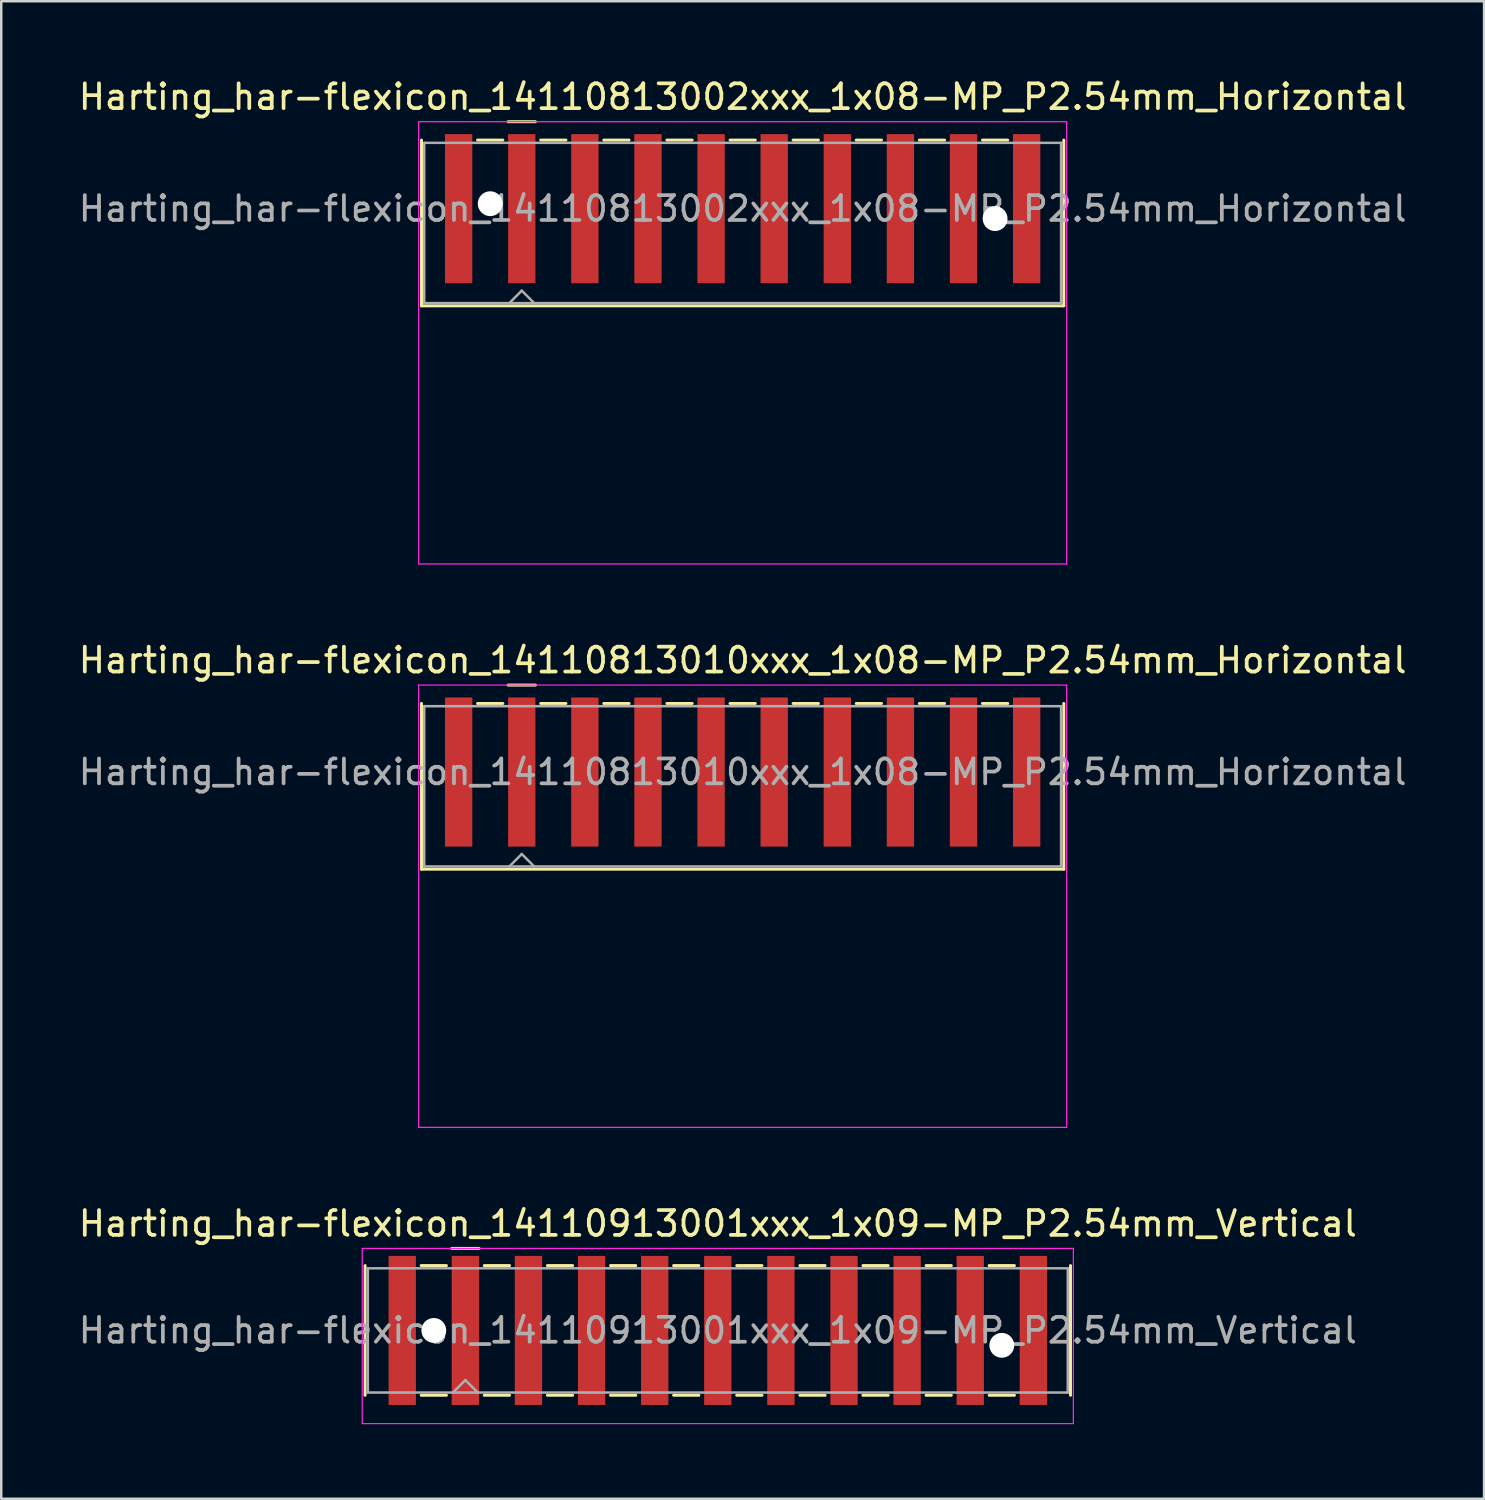
<source format=kicad_pcb>
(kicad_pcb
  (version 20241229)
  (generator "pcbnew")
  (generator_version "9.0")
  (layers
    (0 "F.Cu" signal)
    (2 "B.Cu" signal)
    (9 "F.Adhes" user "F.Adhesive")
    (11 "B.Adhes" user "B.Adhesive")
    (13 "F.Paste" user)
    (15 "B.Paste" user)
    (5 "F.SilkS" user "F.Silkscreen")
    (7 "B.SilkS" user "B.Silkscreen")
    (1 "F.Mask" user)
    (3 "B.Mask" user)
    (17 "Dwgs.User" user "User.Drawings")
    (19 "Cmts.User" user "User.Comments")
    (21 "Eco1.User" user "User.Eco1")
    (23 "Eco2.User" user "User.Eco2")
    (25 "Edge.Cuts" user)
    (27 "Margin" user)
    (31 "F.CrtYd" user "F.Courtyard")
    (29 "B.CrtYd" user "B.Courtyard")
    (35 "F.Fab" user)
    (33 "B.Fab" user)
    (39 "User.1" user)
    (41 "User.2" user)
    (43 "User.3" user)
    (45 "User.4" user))
  (footprint "Harting_har-flexicon_14110813010xxx_1x08-MP_P2.54mm_Horizontal"
    (layer "F.Cu")
    (at 26.839 29.322)
    (property "Reference" "Harting_har-flexicon_14110813010xxx_1x08-MP_P2.54mm_Horizontal" (at 0 -5.8 0) (layer "F.SilkS") (effects (font (size 1 1) (thickness 0.15))))
    (attr smd)
    (fp_line (start -12.925 -4.06) (end -12.925 2.61) (stroke (width 0.12) (type solid)) (layer "F.SilkS"))
    (fp_line (start -10.668 -4.06) (end -9.652 -4.06) (stroke (width 0.12) (type solid)) (layer "F.SilkS"))
    (fp_line (start -9.44 -4.8) (end -8.34 -4.8) (stroke (width 0.12) (type solid)) (layer "F.SilkS"))
    (fp_line (start -8.128 -4.06) (end -7.112 -4.06) (stroke (width 0.12) (type solid)) (layer "F.SilkS"))
    (fp_line (start -5.588 -4.06) (end -4.572 -4.06) (stroke (width 0.12) (type solid)) (layer "F.SilkS"))
    (fp_line (start -3.048 -4.06) (end -2.032 -4.06) (stroke (width 0.12) (type solid)) (layer "F.SilkS"))
    (fp_line (start -0.508 -4.06) (end 0.508 -4.06) (stroke (width 0.12) (type solid)) (layer "F.SilkS"))
    (fp_line (start 2.032 -4.06) (end 3.048 -4.06) (stroke (width 0.12) (type solid)) (layer "F.SilkS"))
    (fp_line (start 4.572 -4.06) (end 5.588 -4.06) (stroke (width 0.12) (type solid)) (layer "F.SilkS"))
    (fp_line (start 7.112 -4.06) (end 8.128 -4.06) (stroke (width 0.12) (type solid)) (layer "F.SilkS"))
    (fp_line (start 9.652 -4.06) (end 10.668 -4.06) (stroke (width 0.12) (type solid)) (layer "F.SilkS"))
    (fp_line (start 12.925 -4.06) (end 12.925 2.61) (stroke (width 0.12) (type solid)) (layer "F.SilkS"))
    (fp_line (start 12.925 2.61) (end -12.925 2.61) (stroke (width 0.12) (type solid)) (layer "F.SilkS"))
    (fp_line (start -13.04 -4.8) (end -13.04 13) (stroke (width 0.05) (type solid)) (layer "F.CrtYd"))
    (fp_line (start -13.04 13) (end 13.04 13) (stroke (width 0.05) (type solid)) (layer "F.CrtYd"))
    (fp_line (start 13.04 -4.8) (end -13.04 -4.8) (stroke (width 0.05) (type solid)) (layer "F.CrtYd"))
    (fp_line (start 13.04 13) (end 13.04 -4.8) (stroke (width 0.05) (type solid)) (layer "F.CrtYd"))
    (fp_line (start -12.815 -3.95) (end -12.815 2.5) (stroke (width 0.1) (type solid)) (layer "F.Fab"))
    (fp_line (start -12.815 2.5) (end 12.815 2.5) (stroke (width 0.1) (type solid)) (layer "F.Fab"))
    (fp_line (start -9.39 2.5) (end -8.89 2) (stroke (width 0.1) (type solid)) (layer "F.Fab"))
    (fp_line (start -8.89 2) (end -8.39 2.5) (stroke (width 0.1) (type solid)) (layer "F.Fab"))
    (fp_line (start 12.815 -3.95) (end -12.815 -3.95) (stroke (width 0.1) (type solid)) (layer "F.Fab"))
    (fp_line (start 12.815 2.5) (end 12.815 -3.95) (stroke (width 0.1) (type solid)) (layer "F.Fab"))
    (fp_text user "${REFERENCE}" (at 0 -1.3 0) (layer "F.Fab") (effects (font (size 1 1) (thickness 0.15))))
    (pad "1" smd rect (at -8.89 -1.3) (size 1.1 6) (layers "F.Cu" "F.Mask" "F.Paste"))
    (pad "2" smd rect (at -6.35 -1.3) (size 1.1 6) (layers "F.Cu" "F.Mask" "F.Paste"))
    (pad "3" smd rect (at -3.81 -1.3) (size 1.1 6) (layers "F.Cu" "F.Mask" "F.Paste"))
    (pad "4" smd rect (at -1.27 -1.3) (size 1.1 6) (layers "F.Cu" "F.Mask" "F.Paste"))
    (pad "5" smd rect (at 1.27 -1.3) (size 1.1 6) (layers "F.Cu" "F.Mask" "F.Paste"))
    (pad "6" smd rect (at 3.81 -1.3) (size 1.1 6) (layers "F.Cu" "F.Mask" "F.Paste"))
    (pad "7" smd rect (at 6.35 -1.3) (size 1.1 6) (layers "F.Cu" "F.Mask" "F.Paste"))
    (pad "8" smd rect (at 8.89 -1.3) (size 1.1 6) (layers "F.Cu" "F.Mask" "F.Paste"))
    (pad "MP" smd rect (at -11.43 -1.3) (size 1.1 6) (layers "F.Cu" "F.Mask" "F.Paste"))
    (pad "MP" smd rect (at 11.43 -1.3) (size 1.1 6) (layers "F.Cu" "F.Mask" "F.Paste")))
  (footprint "Harting_har-flexicon_14110813002xxx_1x08-MP_P2.54mm_Horizontal"
    (layer "F.Cu")
    (at 26.839 6.648)
    (property "Reference" "Harting_har-flexicon_14110813002xxx_1x08-MP_P2.54mm_Horizontal" (at 0 -5.8 0) (layer "F.SilkS") (effects (font (size 1 1) (thickness 0.15))))
    (attr smd)
    (fp_line (start -12.925 -4.06) (end -12.925 2.61) (stroke (width 0.12) (type solid)) (layer "F.SilkS"))
    (fp_line (start -10.668 -4.06) (end -9.652 -4.06) (stroke (width 0.12) (type solid)) (layer "F.SilkS"))
    (fp_line (start -9.44 -4.8) (end -8.34 -4.8) (stroke (width 0.12) (type solid)) (layer "F.SilkS"))
    (fp_line (start -8.128 -4.06) (end -7.112 -4.06) (stroke (width 0.12) (type solid)) (layer "F.SilkS"))
    (fp_line (start -5.588 -4.06) (end -4.572 -4.06) (stroke (width 0.12) (type solid)) (layer "F.SilkS"))
    (fp_line (start -3.048 -4.06) (end -2.032 -4.06) (stroke (width 0.12) (type solid)) (layer "F.SilkS"))
    (fp_line (start -0.508 -4.06) (end 0.508 -4.06) (stroke (width 0.12) (type solid)) (layer "F.SilkS"))
    (fp_line (start 2.032 -4.06) (end 3.048 -4.06) (stroke (width 0.12) (type solid)) (layer "F.SilkS"))
    (fp_line (start 4.572 -4.06) (end 5.588 -4.06) (stroke (width 0.12) (type solid)) (layer "F.SilkS"))
    (fp_line (start 7.112 -4.06) (end 8.128 -4.06) (stroke (width 0.12) (type solid)) (layer "F.SilkS"))
    (fp_line (start 9.652 -4.06) (end 10.668 -4.06) (stroke (width 0.12) (type solid)) (layer "F.SilkS"))
    (fp_line (start 12.925 -4.06) (end 12.925 2.61) (stroke (width 0.12) (type solid)) (layer "F.SilkS"))
    (fp_line (start 12.925 2.61) (end -12.925 2.61) (stroke (width 0.12) (type solid)) (layer "F.SilkS"))
    (fp_line (start -13.04 -4.8) (end -13.04 13) (stroke (width 0.05) (type solid)) (layer "F.CrtYd"))
    (fp_line (start -13.04 13) (end 13.04 13) (stroke (width 0.05) (type solid)) (layer "F.CrtYd"))
    (fp_line (start 13.04 -4.8) (end -13.04 -4.8) (stroke (width 0.05) (type solid)) (layer "F.CrtYd"))
    (fp_line (start 13.04 13) (end 13.04 -4.8) (stroke (width 0.05) (type solid)) (layer "F.CrtYd"))
    (fp_line (start -12.815 -3.95) (end -12.815 2.5) (stroke (width 0.1) (type solid)) (layer "F.Fab"))
    (fp_line (start -12.815 2.5) (end 12.815 2.5) (stroke (width 0.1) (type solid)) (layer "F.Fab"))
    (fp_line (start -9.39 2.5) (end -8.89 2) (stroke (width 0.1) (type solid)) (layer "F.Fab"))
    (fp_line (start -8.89 2) (end -8.39 2.5) (stroke (width 0.1) (type solid)) (layer "F.Fab"))
    (fp_line (start 12.815 -3.95) (end -12.815 -3.95) (stroke (width 0.1) (type solid)) (layer "F.Fab"))
    (fp_line (start 12.815 2.5) (end 12.815 -3.95) (stroke (width 0.1) (type solid)) (layer "F.Fab"))
    (fp_text user "${REFERENCE}" (at 0 -1.3 0) (layer "F.Fab") (effects (font (size 1 1) (thickness 0.15))))
    (pad "" np_thru_hole circle (at -10.16 -1.5) (size 1 1) (drill 1) (layers "*.Cu" "*.Mask"))
    (pad "" np_thru_hole circle (at 10.16 -0.9) (size 1 1) (drill 1) (layers "*.Cu" "*.Mask"))
    (pad "1" smd rect (at -8.89 -1.3) (size 1.1 6) (layers "F.Cu" "F.Mask" "F.Paste"))
    (pad "2" smd rect (at -6.35 -1.3) (size 1.1 6) (layers "F.Cu" "F.Mask" "F.Paste"))
    (pad "3" smd rect (at -3.81 -1.3) (size 1.1 6) (layers "F.Cu" "F.Mask" "F.Paste"))
    (pad "4" smd rect (at -1.27 -1.3) (size 1.1 6) (layers "F.Cu" "F.Mask" "F.Paste"))
    (pad "5" smd rect (at 1.27 -1.3) (size 1.1 6) (layers "F.Cu" "F.Mask" "F.Paste"))
    (pad "6" smd rect (at 3.81 -1.3) (size 1.1 6) (layers "F.Cu" "F.Mask" "F.Paste"))
    (pad "7" smd rect (at 6.35 -1.3) (size 1.1 6) (layers "F.Cu" "F.Mask" "F.Paste"))
    (pad "8" smd rect (at 8.89 -1.3) (size 1.1 6) (layers "F.Cu" "F.Mask" "F.Paste"))
    (pad "MP" smd rect (at -11.43 -1.3) (size 1.1 6) (layers "F.Cu" "F.Mask" "F.Paste"))
    (pad "MP" smd rect (at 11.43 -1.3) (size 1.1 6) (layers "F.Cu" "F.Mask" "F.Paste")))
  (footprint "Harting_har-flexicon_14110913001xxx_1x09-MP_P2.54mm_Vertical"
    (layer "F.Cu")
    (at 25.839 50.495)
    (property "Reference" "Harting_har-flexicon_14110913001xxx_1x09-MP_P2.54mm_Vertical" (at 0 -4.3 0) (layer "F.SilkS") (effects (font (size 1 1) (thickness 0.15))))
    (attr smd)
    (fp_line (start -14.195 -2.61) (end -14.195 2.61) (stroke (width 0.12) (type solid)) (layer "F.SilkS"))
    (fp_line (start -11.938 -2.61) (end -10.922 -2.61) (stroke (width 0.12) (type solid)) (layer "F.SilkS"))
    (fp_line (start -11.938 2.61) (end -10.922 2.61) (stroke (width 0.12) (type solid)) (layer "F.SilkS"))
    (fp_line (start -10.71 -3.3) (end -9.61 -3.3) (stroke (width 0.12) (type solid)) (layer "F.SilkS"))
    (fp_line (start -9.398 -2.61) (end -8.382 -2.61) (stroke (width 0.12) (type solid)) (layer "F.SilkS"))
    (fp_line (start -9.398 2.61) (end -8.382 2.61) (stroke (width 0.12) (type solid)) (layer "F.SilkS"))
    (fp_line (start -6.858 -2.61) (end -5.842 -2.61) (stroke (width 0.12) (type solid)) (layer "F.SilkS"))
    (fp_line (start -6.858 2.61) (end -5.842 2.61) (stroke (width 0.12) (type solid)) (layer "F.SilkS"))
    (fp_line (start -4.318 -2.61) (end -3.302 -2.61) (stroke (width 0.12) (type solid)) (layer "F.SilkS"))
    (fp_line (start -4.318 2.61) (end -3.302 2.61) (stroke (width 0.12) (type solid)) (layer "F.SilkS"))
    (fp_line (start -1.778 -2.61) (end -0.762 -2.61) (stroke (width 0.12) (type solid)) (layer "F.SilkS"))
    (fp_line (start -1.778 2.61) (end -0.762 2.61) (stroke (width 0.12) (type solid)) (layer "F.SilkS"))
    (fp_line (start 0.762 -2.61) (end 1.778 -2.61) (stroke (width 0.12) (type solid)) (layer "F.SilkS"))
    (fp_line (start 0.762 2.61) (end 1.778 2.61) (stroke (width 0.12) (type solid)) (layer "F.SilkS"))
    (fp_line (start 3.302 -2.61) (end 4.318 -2.61) (stroke (width 0.12) (type solid)) (layer "F.SilkS"))
    (fp_line (start 3.302 2.61) (end 4.318 2.61) (stroke (width 0.12) (type solid)) (layer "F.SilkS"))
    (fp_line (start 5.842 -2.61) (end 6.858 -2.61) (stroke (width 0.12) (type solid)) (layer "F.SilkS"))
    (fp_line (start 5.842 2.61) (end 6.858 2.61) (stroke (width 0.12) (type solid)) (layer "F.SilkS"))
    (fp_line (start 8.382 -2.61) (end 9.398 -2.61) (stroke (width 0.12) (type solid)) (layer "F.SilkS"))
    (fp_line (start 8.382 2.61) (end 9.398 2.61) (stroke (width 0.12) (type solid)) (layer "F.SilkS"))
    (fp_line (start 10.922 -2.61) (end 11.938 -2.61) (stroke (width 0.12) (type solid)) (layer "F.SilkS"))
    (fp_line (start 10.922 2.61) (end 11.938 2.61) (stroke (width 0.12) (type solid)) (layer "F.SilkS"))
    (fp_line (start 14.195 -2.61) (end 14.195 2.61) (stroke (width 0.12) (type solid)) (layer "F.SilkS"))
    (fp_line (start -14.31 -3.3) (end -14.31 3.75) (stroke (width 0.05) (type solid)) (layer "F.CrtYd"))
    (fp_line (start -14.31 3.75) (end 14.31 3.75) (stroke (width 0.05) (type solid)) (layer "F.CrtYd"))
    (fp_line (start 14.31 -3.3) (end -14.31 -3.3) (stroke (width 0.05) (type solid)) (layer "F.CrtYd"))
    (fp_line (start 14.31 3.75) (end 14.31 -3.3) (stroke (width 0.05) (type solid)) (layer "F.CrtYd"))
    (fp_line (start -14.085 -2.5) (end -14.085 2.5) (stroke (width 0.1) (type solid)) (layer "F.Fab"))
    (fp_line (start -14.085 2.5) (end 14.085 2.5) (stroke (width 0.1) (type solid)) (layer "F.Fab"))
    (fp_line (start -10.66 2.5) (end -10.16 2) (stroke (width 0.1) (type solid)) (layer "F.Fab"))
    (fp_line (start -10.16 2) (end -9.66 2.5) (stroke (width 0.1) (type solid)) (layer "F.Fab"))
    (fp_line (start 14.085 -2.5) (end -14.085 -2.5) (stroke (width 0.1) (type solid)) (layer "F.Fab"))
    (fp_line (start 14.085 2.5) (end 14.085 -2.5) (stroke (width 0.1) (type solid)) (layer "F.Fab"))
    (fp_text user "${REFERENCE}" (at 0 0 0) (layer "F.Fab") (effects (font (size 1 1) (thickness 0.15))))
    (pad "" np_thru_hole circle (at -11.43 0) (size 1 1) (drill 1) (layers "*.Cu" "*.Mask"))
    (pad "" np_thru_hole circle (at 11.43 0.6) (size 1 1) (drill 1) (layers "*.Cu" "*.Mask"))
    (pad "1" smd rect (at -10.16 0) (size 1.1 6) (layers "F.Cu" "F.Mask" "F.Paste"))
    (pad "2" smd rect (at -7.62 0) (size 1.1 6) (layers "F.Cu" "F.Mask" "F.Paste"))
    (pad "3" smd rect (at -5.08 0) (size 1.1 6) (layers "F.Cu" "F.Mask" "F.Paste"))
    (pad "4" smd rect (at -2.54 0) (size 1.1 6) (layers "F.Cu" "F.Mask" "F.Paste"))
    (pad "5" smd rect (at 0 0) (size 1.1 6) (layers "F.Cu" "F.Mask" "F.Paste"))
    (pad "6" smd rect (at 2.54 0) (size 1.1 6) (layers "F.Cu" "F.Mask" "F.Paste"))
    (pad "7" smd rect (at 5.08 0) (size 1.1 6) (layers "F.Cu" "F.Mask" "F.Paste"))
    (pad "8" smd rect (at 7.62 0) (size 1.1 6) (layers "F.Cu" "F.Mask" "F.Paste"))
    (pad "9" smd rect (at 10.16 0) (size 1.1 6) (layers "F.Cu" "F.Mask" "F.Paste"))
    (pad "MP" smd rect (at -12.7 0) (size 1.1 6) (layers "F.Cu" "F.Mask" "F.Paste"))
    (pad "MP" smd rect (at 12.7 0) (size 1.1 6) (layers "F.Cu" "F.Mask" "F.Paste")))
  (gr_rect
    (start -3 -3)
    (end 56.679 57.27)
    (stroke (width 0.1) (type default))
    (fill no)
    (layer "Edge.Cuts")))
</source>
